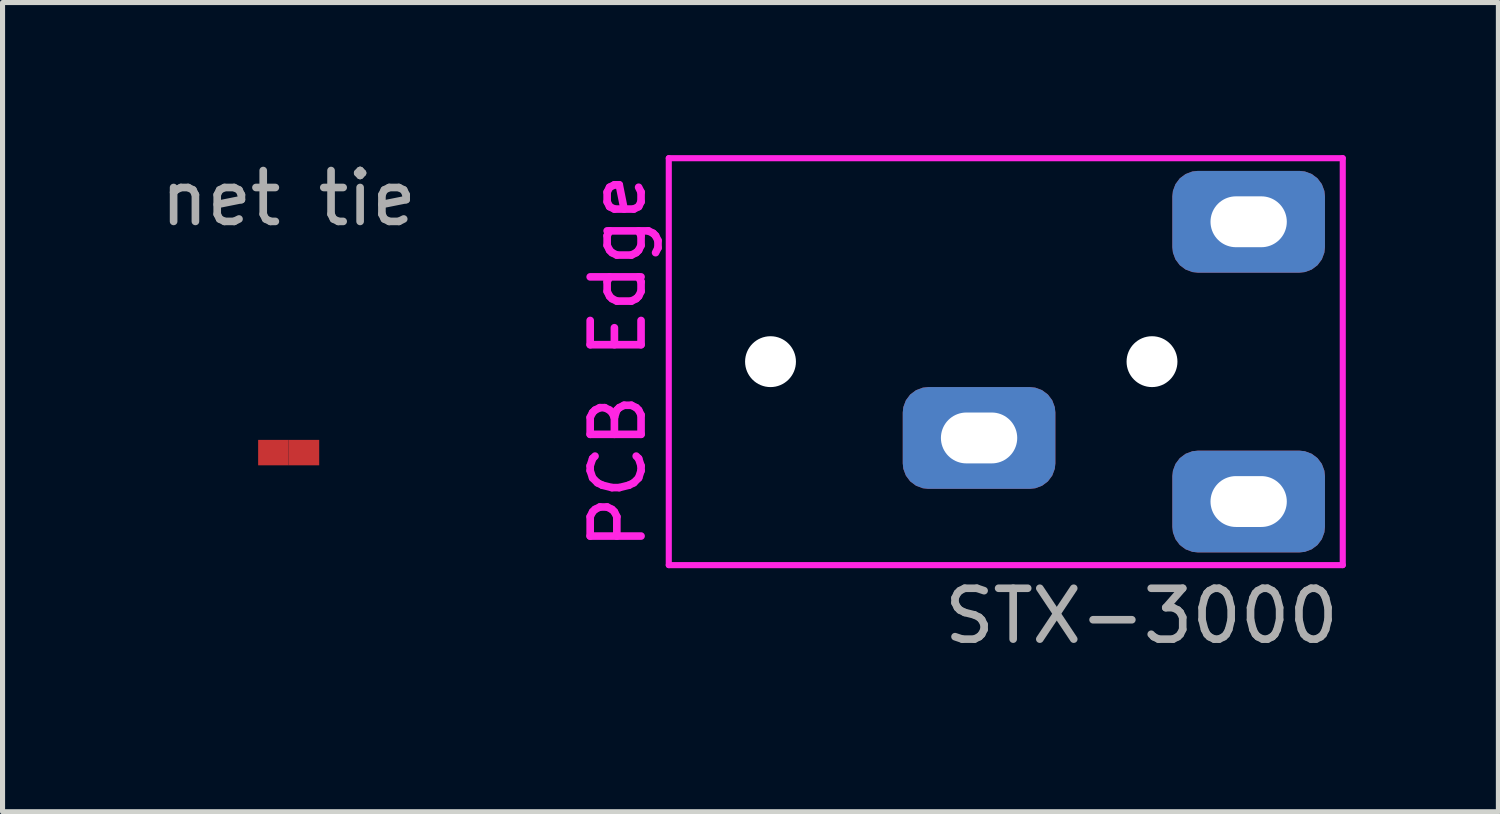
<source format=kicad_pcb>
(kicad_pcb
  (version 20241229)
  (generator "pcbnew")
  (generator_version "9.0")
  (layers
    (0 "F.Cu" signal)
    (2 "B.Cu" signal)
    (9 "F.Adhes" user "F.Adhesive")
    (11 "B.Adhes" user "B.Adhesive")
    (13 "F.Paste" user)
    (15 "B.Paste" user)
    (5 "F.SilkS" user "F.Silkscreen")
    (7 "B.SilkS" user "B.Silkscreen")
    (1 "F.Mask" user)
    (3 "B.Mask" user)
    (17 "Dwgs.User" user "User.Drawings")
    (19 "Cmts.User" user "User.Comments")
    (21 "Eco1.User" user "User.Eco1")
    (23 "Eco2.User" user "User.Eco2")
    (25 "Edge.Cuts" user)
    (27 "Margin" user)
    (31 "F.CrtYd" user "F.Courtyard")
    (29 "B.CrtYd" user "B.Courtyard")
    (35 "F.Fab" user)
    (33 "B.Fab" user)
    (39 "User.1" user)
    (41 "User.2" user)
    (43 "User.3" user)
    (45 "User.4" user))
  (footprint "net tie"
    (layer "F.Cu")
    (at 2.625 5.848)
    (property "Reference" "net tie" (at 0 -5 0) (unlocked yes) (layer "F.Fab") (effects (font (size 1 1) (thickness 0.15))))
    (attr smd board_only exclude_from_pos_files exclude_from_bom)
    (pad "1" smd rect (at -0.3 0) (size 0.6 0.5) (layers "F.Cu"))
    (pad "2" smd rect (at 0.3 0) (size 0.6 0.5) (layers "F.Cu")))
  (footprint "STX-3000"
    (layer "F.Cu")
    (at 10.098 4.06)
    (property "Reference" "STX-3000" (at 13.25 5 0) (layer "F.Fab") (effects (font (size 1 1) (thickness 0.15)) (justify right)))
    (attr through_hole)
    (fp_line (start 0 -4) (end 0 4) (stroke (width 0.12) (type solid)) (layer "F.CrtYd"))
    (fp_line (start 13.25 -4) (end 0 -4) (stroke (width 0.12) (type solid)) (layer "F.CrtYd"))
    (fp_line (start 13.25 -4) (end 13.25 4) (stroke (width 0.12) (type solid)) (layer "F.CrtYd"))
    (fp_line (start 13.25 4) (end 0 4) (stroke (width 0.12) (type solid)) (layer "F.CrtYd"))
    (fp_text user "PCB Edge" (at -1 0 90) (layer "F.CrtYd") (effects (font (size 1 1) (thickness 0.15))))
    (pad "" np_thru_hole circle (at 2 0) (size 1 1) (drill 1) (layers "*.Cu" "*.Mask"))
    (pad "" np_thru_hole circle (at 9.5 0) (size 1 1) (drill 1) (layers "*.Cu" "*.Mask"))
    (pad "R" thru_hole roundrect (at 11.4 -2.75) (size 3 2) (drill oval 1.5 1) (layers "*.Cu" "*.Mask") (roundrect_rratio 0.25))
    (pad "S" thru_hole roundrect (at 6.1 1.5) (size 3 2) (drill oval 1.5 1) (layers "*.Cu" "*.Mask") (roundrect_rratio 0.25))
    (pad "T" thru_hole roundrect (at 11.4 2.75) (size 3 2) (drill oval 1.5 1) (layers "*.Cu" "*.Mask") (roundrect_rratio 0.25)))
  (gr_rect
    (start -3 -3)
    (end 26.408 12.908)
    (stroke (width 0.1) (type default))
    (fill no)
    (layer "Edge.Cuts")))
</source>
